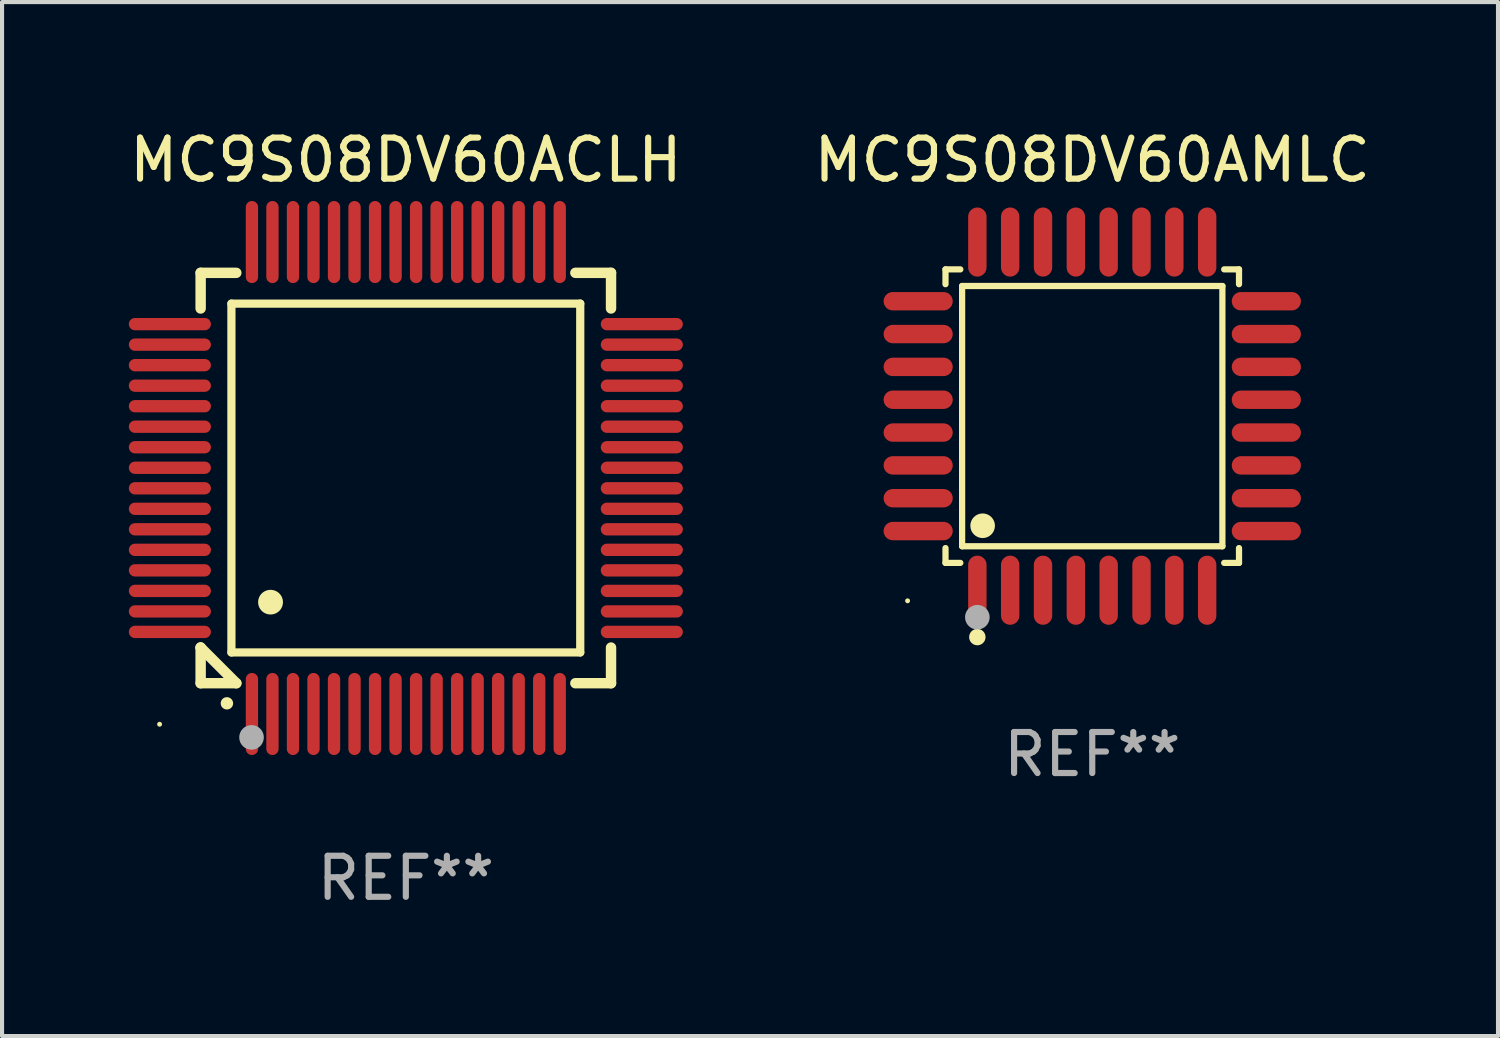
<source format=kicad_pcb>
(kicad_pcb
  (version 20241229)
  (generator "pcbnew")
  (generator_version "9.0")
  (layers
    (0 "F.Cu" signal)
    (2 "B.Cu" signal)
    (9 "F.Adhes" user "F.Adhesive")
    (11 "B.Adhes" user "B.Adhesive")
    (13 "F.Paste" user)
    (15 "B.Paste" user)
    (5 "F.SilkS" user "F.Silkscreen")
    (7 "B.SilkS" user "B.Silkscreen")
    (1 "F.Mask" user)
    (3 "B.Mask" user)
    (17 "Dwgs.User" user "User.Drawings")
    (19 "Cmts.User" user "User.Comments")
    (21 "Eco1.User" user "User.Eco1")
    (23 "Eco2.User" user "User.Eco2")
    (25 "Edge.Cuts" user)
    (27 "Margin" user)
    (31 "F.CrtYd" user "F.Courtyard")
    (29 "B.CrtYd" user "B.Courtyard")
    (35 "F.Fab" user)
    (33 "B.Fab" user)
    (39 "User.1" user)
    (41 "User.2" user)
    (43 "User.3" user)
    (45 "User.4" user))
  (footprint "MC9S08DV60AMLC"
    (layer "F.Cu")
    (at 23.565 7.09)
    (property "Reference" "MC9S08DV60AMLC" (at 0 -6.242 0) (layer "F.SilkS") (effects (font (size 1 1) (thickness 0.15))))
    (attr through_hole)
    (fp_line (start -3.576 -3.576) (end -3.215 -3.576) (stroke (width 0.152) (type solid)) (layer "F.SilkS"))
    (fp_line (start -3.576 -3.215) (end -3.576 -3.576) (stroke (width 0.152) (type solid)) (layer "F.SilkS"))
    (fp_line (start -3.576 3.215) (end -3.576 3.576) (stroke (width 0.152) (type solid)) (layer "F.SilkS"))
    (fp_line (start -3.576 3.576) (end -3.215 3.576) (stroke (width 0.152) (type solid)) (layer "F.SilkS"))
    (fp_line (start -3.171 -3.171) (end 3.171 -3.171) (stroke (width 0.152) (type solid)) (layer "F.SilkS"))
    (fp_line (start -3.171 3.171) (end -3.171 -3.171) (stroke (width 0.152) (type solid)) (layer "F.SilkS"))
    (fp_line (start 3.171 -3.171) (end 3.171 3.171) (stroke (width 0.152) (type solid)) (layer "F.SilkS"))
    (fp_line (start 3.171 3.171) (end -3.171 3.171) (stroke (width 0.152) (type solid)) (layer "F.SilkS"))
    (fp_line (start 3.576 -3.576) (end 3.215 -3.576) (stroke (width 0.152) (type solid)) (layer "F.SilkS"))
    (fp_line (start 3.576 -3.215) (end 3.576 -3.576) (stroke (width 0.152) (type solid)) (layer "F.SilkS"))
    (fp_line (start 3.576 3.215) (end 3.576 3.576) (stroke (width 0.152) (type solid)) (layer "F.SilkS"))
    (fp_line (start 3.576 3.576) (end 3.215 3.576) (stroke (width 0.152) (type solid)) (layer "F.SilkS"))
    (fp_circle (center -4.5 4.5) (end -4.47 4.5) (stroke (width 0.06) (type solid)) (fill no) (layer "F.SilkS"))
    (fp_circle (center -2.8 5.384) (end -2.7 5.384) (stroke (width 0.2) (type solid)) (fill no) (layer "F.SilkS"))
    (fp_circle (center -2.671 2.671) (end -2.521 2.671) (stroke (width 0.3) (type solid)) (fill no) (layer "F.SilkS"))
    (fp_circle (center -2.8 4.9) (end -2.65 4.9) (stroke (width 0.3) (type solid)) (fill no) (layer "F.Fab"))
    (fp_text user "REF**" (at 0 8.242 0) (layer "F.Fab") (effects (font (size 1 1) (thickness 0.15))))
    (pad "1" smd oval (at -2.8 4.242) (size 0.448 1.684) (layers "F.Cu" "F.Mask" "F.Paste"))
    (pad "2" smd oval (at -2 4.242) (size 0.448 1.684) (layers "F.Cu" "F.Mask" "F.Paste"))
    (pad "3" smd oval (at -1.2 4.242) (size 0.448 1.684) (layers "F.Cu" "F.Mask" "F.Paste"))
    (pad "4" smd oval (at -0.4 4.242) (size 0.448 1.684) (layers "F.Cu" "F.Mask" "F.Paste"))
    (pad "5" smd oval (at 0.4 4.242) (size 0.448 1.684) (layers "F.Cu" "F.Mask" "F.Paste"))
    (pad "6" smd oval (at 1.2 4.242) (size 0.448 1.684) (layers "F.Cu" "F.Mask" "F.Paste"))
    (pad "7" smd oval (at 2 4.242) (size 0.448 1.684) (layers "F.Cu" "F.Mask" "F.Paste"))
    (pad "8" smd oval (at 2.8 4.242) (size 0.448 1.684) (layers "F.Cu" "F.Mask" "F.Paste"))
    (pad "9" smd oval (at 4.242 2.8) (size 1.684 0.448) (layers "F.Cu" "F.Mask" "F.Paste"))
    (pad "10" smd oval (at 4.242 2) (size 1.684 0.448) (layers "F.Cu" "F.Mask" "F.Paste"))
    (pad "11" smd oval (at 4.242 1.2) (size 1.684 0.448) (layers "F.Cu" "F.Mask" "F.Paste"))
    (pad "12" smd oval (at 4.242 0.4) (size 1.684 0.448) (layers "F.Cu" "F.Mask" "F.Paste"))
    (pad "13" smd oval (at 4.242 -0.4) (size 1.684 0.448) (layers "F.Cu" "F.Mask" "F.Paste"))
    (pad "14" smd oval (at 4.242 -1.2) (size 1.684 0.448) (layers "F.Cu" "F.Mask" "F.Paste"))
    (pad "15" smd oval (at 4.242 -2) (size 1.684 0.448) (layers "F.Cu" "F.Mask" "F.Paste"))
    (pad "16" smd oval (at 4.242 -2.8) (size 1.684 0.448) (layers "F.Cu" "F.Mask" "F.Paste"))
    (pad "17" smd oval (at 2.8 -4.242) (size 0.448 1.684) (layers "F.Cu" "F.Mask" "F.Paste"))
    (pad "18" smd oval (at 2 -4.242) (size 0.448 1.684) (layers "F.Cu" "F.Mask" "F.Paste"))
    (pad "19" smd oval (at 1.2 -4.242) (size 0.448 1.684) (layers "F.Cu" "F.Mask" "F.Paste"))
    (pad "20" smd oval (at 0.4 -4.242) (size 0.448 1.684) (layers "F.Cu" "F.Mask" "F.Paste"))
    (pad "21" smd oval (at -0.4 -4.242) (size 0.448 1.684) (layers "F.Cu" "F.Mask" "F.Paste"))
    (pad "22" smd oval (at -1.2 -4.242) (size 0.448 1.684) (layers "F.Cu" "F.Mask" "F.Paste"))
    (pad "23" smd oval (at -2 -4.242) (size 0.448 1.684) (layers "F.Cu" "F.Mask" "F.Paste"))
    (pad "24" smd oval (at -2.8 -4.242) (size 0.448 1.684) (layers "F.Cu" "F.Mask" "F.Paste"))
    (pad "25" smd oval (at -4.242 -2.8) (size 1.684 0.448) (layers "F.Cu" "F.Mask" "F.Paste"))
    (pad "26" smd oval (at -4.242 -2) (size 1.684 0.448) (layers "F.Cu" "F.Mask" "F.Paste"))
    (pad "27" smd oval (at -4.242 -1.2) (size 1.684 0.448) (layers "F.Cu" "F.Mask" "F.Paste"))
    (pad "28" smd oval (at -4.242 -0.4) (size 1.684 0.448) (layers "F.Cu" "F.Mask" "F.Paste"))
    (pad "29" smd oval (at -4.242 0.4) (size 1.684 0.448) (layers "F.Cu" "F.Mask" "F.Paste"))
    (pad "30" smd oval (at -4.242 1.2) (size 1.684 0.448) (layers "F.Cu" "F.Mask" "F.Paste"))
    (pad "31" smd oval (at -4.242 2) (size 1.684 0.448) (layers "F.Cu" "F.Mask" "F.Paste"))
    (pad "32" smd oval (at -4.242 2.8) (size 1.684 0.448) (layers "F.Cu" "F.Mask" "F.Paste")))
  (footprint "MC9S08DV60ACLH"
    (layer "F.Cu")
    (at 6.839 8.598)
    (property "Reference" "MC9S08DV60ACLH" (at 0 -7.75 0) (layer "F.SilkS") (effects (font (size 1 1) (thickness 0.15))))
    (attr through_hole)
    (fp_line (start -5 -5) (end -4.131 -5) (stroke (width 0.254) (type solid)) (layer "F.SilkS"))
    (fp_line (start -5 -4.131) (end -5 -5) (stroke (width 0.254) (type solid)) (layer "F.SilkS"))
    (fp_line (start -5 4.131) (end -5 4.131) (stroke (width 0.254) (type solid)) (layer "F.SilkS"))
    (fp_line (start -5 5) (end -5 4.131) (stroke (width 0.254) (type solid)) (layer "F.SilkS"))
    (fp_line (start -5 4.131) (end -4.131 5) (stroke (width 0.254) (type solid)) (layer "F.SilkS"))
    (fp_line (start -4.25 -4.25) (end -4.25 4.25) (stroke (width 0.2) (type solid)) (layer "F.SilkS"))
    (fp_line (start -4.25 4.25) (end 4.25 4.25) (stroke (width 0.2) (type solid)) (layer "F.SilkS"))
    (fp_line (start -4.131 5) (end -5 5) (stroke (width 0.254) (type solid)) (layer "F.SilkS"))
    (fp_line (start 4.25 -4.25) (end -4.25 -4.25) (stroke (width 0.2) (type solid)) (layer "F.SilkS"))
    (fp_line (start 4.25 4.25) (end 4.25 -4.25) (stroke (width 0.2) (type solid)) (layer "F.SilkS"))
    (fp_line (start 5 -5) (end 4.131 -5) (stroke (width 0.254) (type solid)) (layer "F.SilkS"))
    (fp_line (start 5 -5) (end 5 -4.131) (stroke (width 0.254) (type solid)) (layer "F.SilkS"))
    (fp_line (start 5 4.131) (end 5 5) (stroke (width 0.254) (type solid)) (layer "F.SilkS"))
    (fp_line (start 5 5) (end 4.131 5) (stroke (width 0.254) (type solid)) (layer "F.SilkS"))
    (fp_arc (start -4.361265 5.489992) (mid -4.359995 5.489987) (end -4.358725 5.489992) (stroke (width 0.3) (type solid)) (layer "F.SilkS"))
    (fp_arc (start -3.299467 3.025146) (mid -3.296927 3.025135) (end -3.294387 3.025146) (stroke (width 0.6) (type solid)) (layer "F.SilkS"))
    (fp_circle (center -6 6) (end -5.97 6) (stroke (width 0.06) (type solid)) (fill no) (layer "F.SilkS"))
    (fp_circle (center -3.76 6.32) (end -3.61 6.32) (stroke (width 0.3) (type solid)) (fill no) (layer "F.Fab"))
    (fp_text user "REF**" (at 0 9.75 0) (layer "F.Fab") (effects (font (size 1 1) (thickness 0.15))))
    (pad "1" smd oval (at -3.75 5.75) (size 0.3 2) (layers "F.Cu" "F.Mask" "F.Paste"))
    (pad "2" smd oval (at -3.25 5.75) (size 0.3 2) (layers "F.Cu" "F.Mask" "F.Paste"))
    (pad "3" smd oval (at -2.75 5.75) (size 0.3 2) (layers "F.Cu" "F.Mask" "F.Paste"))
    (pad "4" smd oval (at -2.25 5.75) (size 0.3 2) (layers "F.Cu" "F.Mask" "F.Paste"))
    (pad "5" smd oval (at -1.75 5.75) (size 0.3 2) (layers "F.Cu" "F.Mask" "F.Paste"))
    (pad "6" smd oval (at -1.25 5.75) (size 0.3 2) (layers "F.Cu" "F.Mask" "F.Paste"))
    (pad "7" smd oval (at -0.75 5.75) (size 0.3 2) (layers "F.Cu" "F.Mask" "F.Paste"))
    (pad "8" smd oval (at -0.25 5.75) (size 0.3 2) (layers "F.Cu" "F.Mask" "F.Paste"))
    (pad "9" smd oval (at 0.25 5.75) (size 0.3 2) (layers "F.Cu" "F.Mask" "F.Paste"))
    (pad "10" smd oval (at 0.75 5.75) (size 0.3 2) (layers "F.Cu" "F.Mask" "F.Paste"))
    (pad "11" smd oval (at 1.25 5.75) (size 0.3 2) (layers "F.Cu" "F.Mask" "F.Paste"))
    (pad "12" smd oval (at 1.75 5.75) (size 0.3 2) (layers "F.Cu" "F.Mask" "F.Paste"))
    (pad "13" smd oval (at 2.25 5.75) (size 0.3 2) (layers "F.Cu" "F.Mask" "F.Paste"))
    (pad "14" smd oval (at 2.75 5.75) (size 0.3 2) (layers "F.Cu" "F.Mask" "F.Paste"))
    (pad "15" smd oval (at 3.25 5.75) (size 0.3 2) (layers "F.Cu" "F.Mask" "F.Paste"))
    (pad "16" smd oval (at 3.75 5.75) (size 0.3 2) (layers "F.Cu" "F.Mask" "F.Paste"))
    (pad "17" smd oval (at 5.75 3.75) (size 2 0.3) (layers "F.Cu" "F.Mask" "F.Paste"))
    (pad "18" smd oval (at 5.75 3.25) (size 2 0.3) (layers "F.Cu" "F.Mask" "F.Paste"))
    (pad "19" smd oval (at 5.75 2.75) (size 2 0.3) (layers "F.Cu" "F.Mask" "F.Paste"))
    (pad "20" smd oval (at 5.75 2.25) (size 2 0.3) (layers "F.Cu" "F.Mask" "F.Paste"))
    (pad "21" smd oval (at 5.75 1.75) (size 2 0.3) (layers "F.Cu" "F.Mask" "F.Paste"))
    (pad "22" smd oval (at 5.75 1.25) (size 2 0.3) (layers "F.Cu" "F.Mask" "F.Paste"))
    (pad "23" smd oval (at 5.75 0.75) (size 2 0.3) (layers "F.Cu" "F.Mask" "F.Paste"))
    (pad "24" smd oval (at 5.75 0.25) (size 2 0.3) (layers "F.Cu" "F.Mask" "F.Paste"))
    (pad "25" smd oval (at 5.75 -0.25) (size 2 0.3) (layers "F.Cu" "F.Mask" "F.Paste"))
    (pad "26" smd oval (at 5.75 -0.75) (size 2 0.3) (layers "F.Cu" "F.Mask" "F.Paste"))
    (pad "27" smd oval (at 5.75 -1.25) (size 2 0.3) (layers "F.Cu" "F.Mask" "F.Paste"))
    (pad "28" smd oval (at 5.75 -1.75) (size 2 0.3) (layers "F.Cu" "F.Mask" "F.Paste"))
    (pad "29" smd oval (at 5.75 -2.25) (size 2 0.3) (layers "F.Cu" "F.Mask" "F.Paste"))
    (pad "30" smd oval (at 5.75 -2.75) (size 2 0.3) (layers "F.Cu" "F.Mask" "F.Paste"))
    (pad "31" smd oval (at 5.75 -3.25) (size 2 0.3) (layers "F.Cu" "F.Mask" "F.Paste"))
    (pad "32" smd oval (at 5.75 -3.75) (size 2 0.3) (layers "F.Cu" "F.Mask" "F.Paste"))
    (pad "33" smd oval (at 3.75 -5.75) (size 0.3 2) (layers "F.Cu" "F.Mask" "F.Paste"))
    (pad "34" smd oval (at 3.25 -5.75) (size 0.3 2) (layers "F.Cu" "F.Mask" "F.Paste"))
    (pad "35" smd oval (at 2.75 -5.75) (size 0.3 2) (layers "F.Cu" "F.Mask" "F.Paste"))
    (pad "36" smd oval (at 2.25 -5.75) (size 0.3 2) (layers "F.Cu" "F.Mask" "F.Paste"))
    (pad "37" smd oval (at 1.75 -5.75) (size 0.3 2) (layers "F.Cu" "F.Mask" "F.Paste"))
    (pad "38" smd oval (at 1.25 -5.75) (size 0.3 2) (layers "F.Cu" "F.Mask" "F.Paste"))
    (pad "39" smd oval (at 0.75 -5.75) (size 0.3 2) (layers "F.Cu" "F.Mask" "F.Paste"))
    (pad "40" smd oval (at 0.25 -5.75) (size 0.3 2) (layers "F.Cu" "F.Mask" "F.Paste"))
    (pad "41" smd oval (at -0.25 -5.75) (size 0.3 2) (layers "F.Cu" "F.Mask" "F.Paste"))
    (pad "42" smd oval (at -0.75 -5.75) (size 0.3 2) (layers "F.Cu" "F.Mask" "F.Paste"))
    (pad "43" smd oval (at -1.25 -5.75) (size 0.3 2) (layers "F.Cu" "F.Mask" "F.Paste"))
    (pad "44" smd oval (at -1.75 -5.75) (size 0.3 2) (layers "F.Cu" "F.Mask" "F.Paste"))
    (pad "45" smd oval (at -2.25 -5.75) (size 0.3 2) (layers "F.Cu" "F.Mask" "F.Paste"))
    (pad "46" smd oval (at -2.75 -5.75) (size 0.3 2) (layers "F.Cu" "F.Mask" "F.Paste"))
    (pad "47" smd oval (at -3.25 -5.75) (size 0.3 2) (layers "F.Cu" "F.Mask" "F.Paste"))
    (pad "48" smd oval (at -3.75 -5.75) (size 0.3 2) (layers "F.Cu" "F.Mask" "F.Paste"))
    (pad "49" smd oval (at -5.75 -3.75) (size 2 0.3) (layers "F.Cu" "F.Mask" "F.Paste"))
    (pad "50" smd oval (at -5.75 -3.25) (size 2 0.3) (layers "F.Cu" "F.Mask" "F.Paste"))
    (pad "51" smd oval (at -5.75 -2.75) (size 2 0.3) (layers "F.Cu" "F.Mask" "F.Paste"))
    (pad "52" smd oval (at -5.75 -2.25) (size 2 0.3) (layers "F.Cu" "F.Mask" "F.Paste"))
    (pad "53" smd oval (at -5.75 -1.75) (size 2 0.3) (layers "F.Cu" "F.Mask" "F.Paste"))
    (pad "54" smd oval (at -5.75 -1.25) (size 2 0.3) (layers "F.Cu" "F.Mask" "F.Paste"))
    (pad "55" smd oval (at -5.75 -0.75) (size 2 0.3) (layers "F.Cu" "F.Mask" "F.Paste"))
    (pad "56" smd oval (at -5.75 -0.25) (size 2 0.3) (layers "F.Cu" "F.Mask" "F.Paste"))
    (pad "57" smd oval (at -5.75 0.25) (size 2 0.3) (layers "F.Cu" "F.Mask" "F.Paste"))
    (pad "58" smd oval (at -5.75 0.75) (size 2 0.3) (layers "F.Cu" "F.Mask" "F.Paste"))
    (pad "59" smd oval (at -5.75 1.25) (size 2 0.3) (layers "F.Cu" "F.Mask" "F.Paste"))
    (pad "60" smd oval (at -5.75 1.75) (size 2 0.3) (layers "F.Cu" "F.Mask" "F.Paste"))
    (pad "61" smd oval (at -5.75 2.25) (size 2 0.3) (layers "F.Cu" "F.Mask" "F.Paste"))
    (pad "62" smd oval (at -5.75 2.75) (size 2 0.3) (layers "F.Cu" "F.Mask" "F.Paste"))
    (pad "63" smd oval (at -5.75 3.25) (size 2 0.3) (layers "F.Cu" "F.Mask" "F.Paste"))
    (pad "64" smd oval (at -5.75 3.75) (size 2 0.3) (layers "F.Cu" "F.Mask" "F.Paste")))
  (gr_rect
    (start -3 -3)
    (end 33.452 22.196)
    (stroke (width 0.1) (type default))
    (fill no)
    (layer "Edge.Cuts")))
</source>
